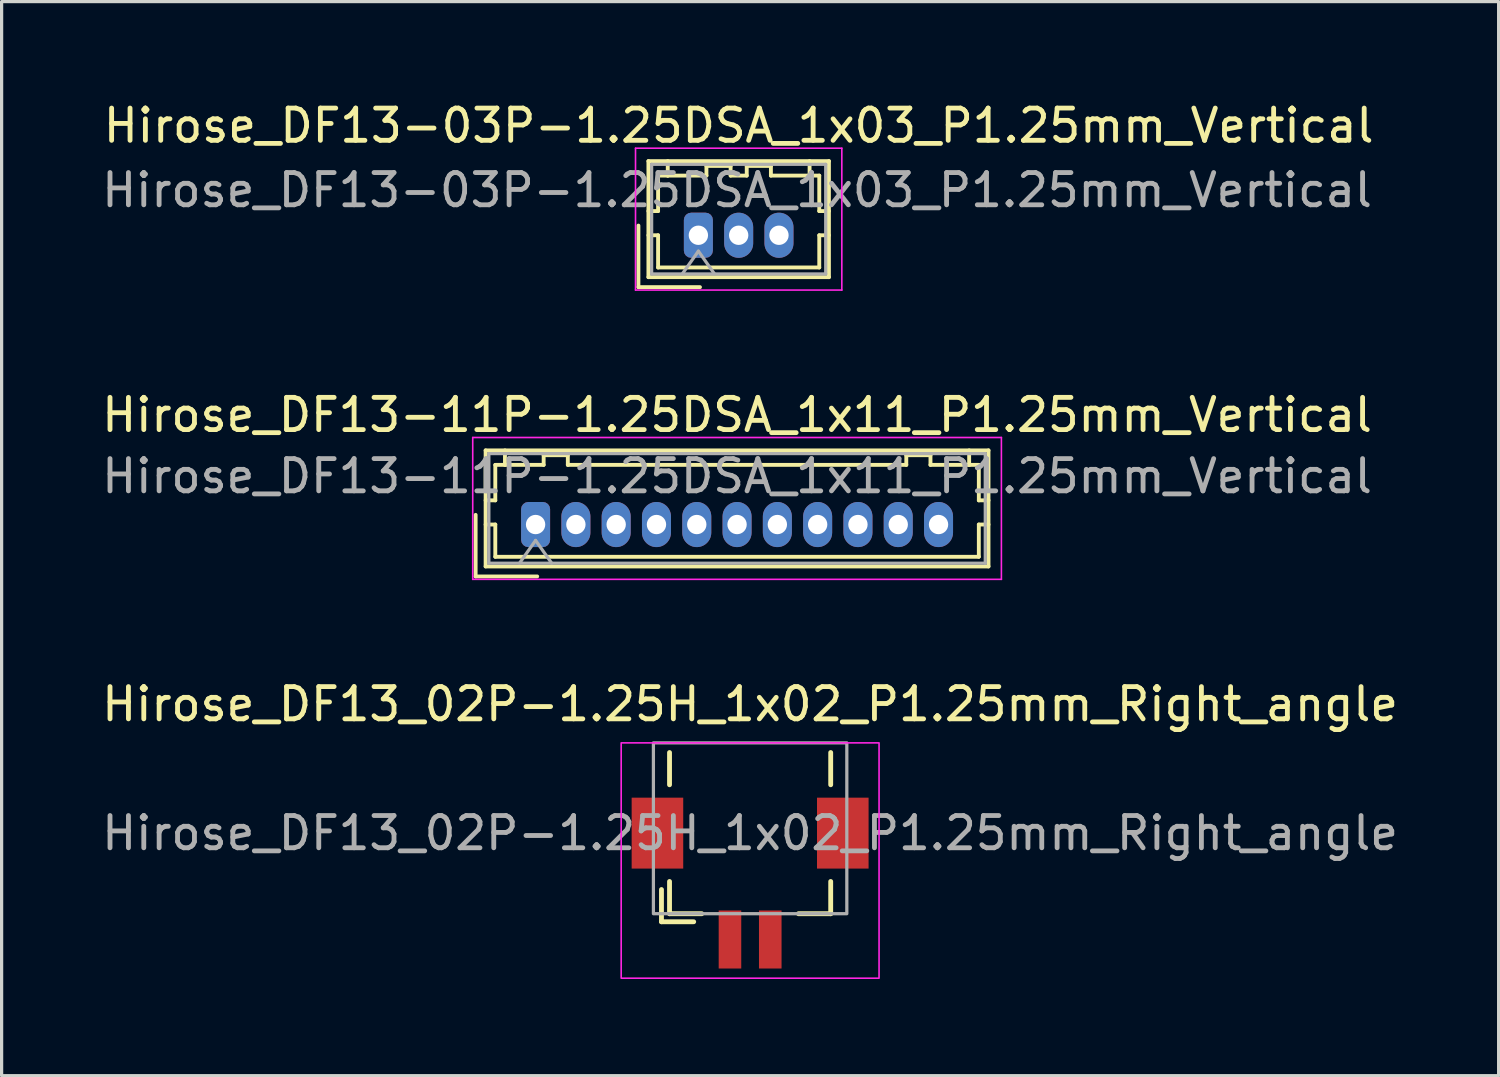
<source format=kicad_pcb>
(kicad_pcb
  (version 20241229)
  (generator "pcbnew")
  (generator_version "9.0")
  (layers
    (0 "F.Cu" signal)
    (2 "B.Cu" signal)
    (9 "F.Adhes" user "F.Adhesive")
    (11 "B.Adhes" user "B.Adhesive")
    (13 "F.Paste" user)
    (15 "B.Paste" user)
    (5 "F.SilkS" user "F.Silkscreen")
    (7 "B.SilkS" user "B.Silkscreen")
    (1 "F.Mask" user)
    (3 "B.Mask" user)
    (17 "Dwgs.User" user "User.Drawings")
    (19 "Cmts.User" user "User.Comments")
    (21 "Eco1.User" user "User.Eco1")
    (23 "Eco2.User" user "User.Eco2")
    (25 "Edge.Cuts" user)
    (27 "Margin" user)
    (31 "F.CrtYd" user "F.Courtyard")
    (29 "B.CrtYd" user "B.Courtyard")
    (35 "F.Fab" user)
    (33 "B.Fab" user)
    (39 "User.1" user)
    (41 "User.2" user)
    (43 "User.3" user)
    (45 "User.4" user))
  (footprint "Hirose_DF13_02P-1.25H_1x02_P1.25mm_Right_angle"
    (layer "F.Cu")
    (at 20.22 22.795)
    (property "Reference" "Hirose_DF13_02P-1.25H_1x02_P1.25mm_Right_angle" (at 0 -4 180) (layer "F.SilkS") (effects (font (size 1 1) (thickness 0.15))))
    (attr smd)
    (fp_line (start -2.75 2.75) (end -2.75 1.75) (stroke (width 0.15) (type solid)) (layer "F.SilkS"))
    (fp_line (start -2.5 -1.5) (end -2.5 -2.5) (stroke (width 0.15) (type solid)) (layer "F.SilkS"))
    (fp_line (start -2.5 2.5) (end -2.5 1.5) (stroke (width 0.15) (type solid)) (layer "F.SilkS"))
    (fp_line (start -1.75 2.75) (end -2.75 2.75) (stroke (width 0.15) (type solid)) (layer "F.SilkS"))
    (fp_line (start -1.5 2.5) (end -2.5 2.5) (stroke (width 0.15) (type solid)) (layer "F.SilkS"))
    (fp_line (start 1.5 2.5) (end 2.5 2.5) (stroke (width 0.15) (type solid)) (layer "F.SilkS"))
    (fp_line (start 2.5 -2.5) (end 2.5 -1.5) (stroke (width 0.15) (type solid)) (layer "F.SilkS"))
    (fp_line (start 2.5 2.5) (end 2.5 1.5) (stroke (width 0.15) (type solid)) (layer "F.SilkS"))
    (fp_rect (start -4 -2.8) (end 4 4.5) (stroke (width 0.05) (type solid)) (fill no) (layer "F.CrtYd"))
    (fp_rect (start -3 -2.8) (end 3 2.5) (stroke (width 0.1) (type solid)) (fill no) (layer "F.Fab"))
    (fp_text user "${REFERENCE}" (at 0 0 180) (layer "F.Fab") (effects (font (size 1 1) (thickness 0.15))))
    (pad "1" smd rect (at -0.625 3.3) (size 0.7 1.8) (layers "F.Cu" "F.Mask" "F.Paste"))
    (pad "2" smd rect (at 0.625 3.3) (size 0.7 1.8) (layers "F.Cu" "F.Mask" "F.Paste"))
    (pad "MP1" smd rect (at -2.875 0) (size 1.6 2.2) (layers "F.Cu" "F.Mask" "F.Paste"))
    (pad "MP2" smd rect (at 2.875 0) (size 1.6 2.2) (layers "F.Cu" "F.Mask" "F.Paste")))
  (footprint "Hirose_DF13-03P-1.25DSA_1x03_P1.25mm_Vertical"
    (layer "F.Cu")
    (at 18.615 4.248)
    (property "Reference" "Hirose_DF13-03P-1.25DSA_1x03_P1.25mm_Vertical" (at 1.25 -3.4 0) (layer "F.SilkS") (effects (font (size 1 1) (thickness 0.15))))
    (attr through_hole)
    (fp_line (start -1.86 -0.3) (end -1.86 1.61) (stroke (width 0.12) (type solid)) (layer "F.SilkS"))
    (fp_line (start -1.86 1.61) (end 0.05 1.61) (stroke (width 0.12) (type solid)) (layer "F.SilkS"))
    (fp_line (start -1.55 -2.3) (end -1.55 1.3) (stroke (width 0.12) (type solid)) (layer "F.SilkS"))
    (fp_line (start -1.55 -0.75) (end -1.25 -0.75) (stroke (width 0.12) (type solid)) (layer "F.SilkS"))
    (fp_line (start -1.55 0) (end -1.25 0) (stroke (width 0.12) (type solid)) (layer "F.SilkS"))
    (fp_line (start -1.55 1.3) (end 4.05 1.3) (stroke (width 0.12) (type solid)) (layer "F.SilkS"))
    (fp_line (start -1.25 -1.85) (end -0.95 -1.85) (stroke (width 0.12) (type solid)) (layer "F.SilkS"))
    (fp_line (start -1.25 -0.75) (end -1.25 -1.85) (stroke (width 0.12) (type solid)) (layer "F.SilkS"))
    (fp_line (start -1.25 0) (end -1.25 1) (stroke (width 0.12) (type solid)) (layer "F.SilkS"))
    (fp_line (start -1.25 1) (end 3.75 1) (stroke (width 0.12) (type solid)) (layer "F.SilkS"))
    (fp_line (start -0.95 -1.85) (end -0.95 -2.3) (stroke (width 0.12) (type solid)) (layer "F.SilkS"))
    (fp_line (start -0.95 -1.85) (end 0.25 -1.85) (stroke (width 0.12) (type solid)) (layer "F.SilkS"))
    (fp_line (start 0.25 -2.15) (end 1 -2.15) (stroke (width 0.12) (type solid)) (layer "F.SilkS"))
    (fp_line (start 0.25 -1.85) (end 0.25 -2.15) (stroke (width 0.12) (type solid)) (layer "F.SilkS"))
    (fp_line (start 1 -2.15) (end 1 -1.85) (stroke (width 0.12) (type solid)) (layer "F.SilkS"))
    (fp_line (start 1 -1.85) (end 1.5 -1.85) (stroke (width 0.12) (type solid)) (layer "F.SilkS"))
    (fp_line (start 1.5 -2.15) (end 2.25 -2.15) (stroke (width 0.12) (type solid)) (layer "F.SilkS"))
    (fp_line (start 1.5 -1.85) (end 1.5 -2.15) (stroke (width 0.12) (type solid)) (layer "F.SilkS"))
    (fp_line (start 2.25 -2.15) (end 2.25 -1.85) (stroke (width 0.12) (type solid)) (layer "F.SilkS"))
    (fp_line (start 2.25 -1.85) (end 3.45 -1.85) (stroke (width 0.12) (type solid)) (layer "F.SilkS"))
    (fp_line (start 3.45 -1.85) (end 3.45 -2.3) (stroke (width 0.12) (type solid)) (layer "F.SilkS"))
    (fp_line (start 3.75 -1.85) (end 3.45 -1.85) (stroke (width 0.12) (type solid)) (layer "F.SilkS"))
    (fp_line (start 3.75 -0.75) (end 3.75 -1.85) (stroke (width 0.12) (type solid)) (layer "F.SilkS"))
    (fp_line (start 3.75 0) (end 4.05 0) (stroke (width 0.12) (type solid)) (layer "F.SilkS"))
    (fp_line (start 3.75 1) (end 3.75 0) (stroke (width 0.12) (type solid)) (layer "F.SilkS"))
    (fp_line (start 4.05 -2.3) (end -1.55 -2.3) (stroke (width 0.12) (type solid)) (layer "F.SilkS"))
    (fp_line (start 4.05 -0.75) (end 3.75 -0.75) (stroke (width 0.12) (type solid)) (layer "F.SilkS"))
    (fp_line (start 4.05 1.3) (end 4.05 -2.3) (stroke (width 0.12) (type solid)) (layer "F.SilkS"))
    (fp_line (start -1.95 -2.7) (end -1.95 1.7) (stroke (width 0.05) (type solid)) (layer "F.CrtYd"))
    (fp_line (start -1.95 1.7) (end 4.45 1.7) (stroke (width 0.05) (type solid)) (layer "F.CrtYd"))
    (fp_line (start 4.45 -2.7) (end -1.95 -2.7) (stroke (width 0.05) (type solid)) (layer "F.CrtYd"))
    (fp_line (start 4.45 1.7) (end 4.45 -2.7) (stroke (width 0.05) (type solid)) (layer "F.CrtYd"))
    (fp_line (start -1.45 -2.2) (end -1.45 1.2) (stroke (width 0.1) (type solid)) (layer "F.Fab"))
    (fp_line (start -1.45 1.2) (end 3.95 1.2) (stroke (width 0.1) (type solid)) (layer "F.Fab"))
    (fp_line (start -0.5 1.2) (end 0 0.493) (stroke (width 0.1) (type solid)) (layer "F.Fab"))
    (fp_line (start 0 0.493) (end 0.5 1.2) (stroke (width 0.1) (type solid)) (layer "F.Fab"))
    (fp_line (start 3.95 -2.2) (end -1.45 -2.2) (stroke (width 0.1) (type solid)) (layer "F.Fab"))
    (fp_line (start 3.95 1.2) (end 3.95 -2.2) (stroke (width 0.1) (type solid)) (layer "F.Fab"))
    (fp_text user "${REFERENCE}" (at 1.2 -1.4 0) (layer "F.Fab") (effects (font (size 1 1) (thickness 0.15))))
    (pad "1" thru_hole roundrect (at 0 0) (size 0.9 1.4) (drill 0.6) (layers "*.Cu" "*.Mask") (roundrect_rratio 0.25))
    (pad "2" thru_hole oval (at 1.25 0) (size 0.9 1.4) (drill 0.6) (layers "*.Cu" "*.Mask"))
    (pad "3" thru_hole oval (at 2.5 0) (size 0.9 1.4) (drill 0.6) (layers "*.Cu" "*.Mask")))
  (footprint "Hirose_DF13-11P-1.25DSA_1x11_P1.25mm_Vertical"
    (layer "F.Cu")
    (at 13.565 13.222)
    (property "Reference" "Hirose_DF13-11P-1.25DSA_1x11_P1.25mm_Vertical" (at 6.25 -3.4 0) (layer "F.SilkS") (effects (font (size 1 1) (thickness 0.15))))
    (attr through_hole)
    (fp_line (start -1.86 -0.3) (end -1.86 1.61) (stroke (width 0.12) (type solid)) (layer "F.SilkS"))
    (fp_line (start -1.86 1.61) (end 0.05 1.61) (stroke (width 0.12) (type solid)) (layer "F.SilkS"))
    (fp_line (start -1.55 -2.3) (end -1.55 1.3) (stroke (width 0.12) (type solid)) (layer "F.SilkS"))
    (fp_line (start -1.55 -0.75) (end -1.25 -0.75) (stroke (width 0.12) (type solid)) (layer "F.SilkS"))
    (fp_line (start -1.55 0) (end -1.25 0) (stroke (width 0.12) (type solid)) (layer "F.SilkS"))
    (fp_line (start -1.55 1.3) (end 14.05 1.3) (stroke (width 0.12) (type solid)) (layer "F.SilkS"))
    (fp_line (start -1.25 -1.85) (end -0.95 -1.85) (stroke (width 0.12) (type solid)) (layer "F.SilkS"))
    (fp_line (start -1.25 -0.75) (end -1.25 -1.85) (stroke (width 0.12) (type solid)) (layer "F.SilkS"))
    (fp_line (start -1.25 0) (end -1.25 1) (stroke (width 0.12) (type solid)) (layer "F.SilkS"))
    (fp_line (start -1.25 1) (end 13.75 1) (stroke (width 0.12) (type solid)) (layer "F.SilkS"))
    (fp_line (start -0.95 -1.85) (end -0.95 -2.3) (stroke (width 0.12) (type solid)) (layer "F.SilkS"))
    (fp_line (start -0.95 -1.85) (end 0.25 -1.85) (stroke (width 0.12) (type solid)) (layer "F.SilkS"))
    (fp_line (start 0.25 -2.15) (end 1 -2.15) (stroke (width 0.12) (type solid)) (layer "F.SilkS"))
    (fp_line (start 0.25 -1.85) (end 0.25 -2.15) (stroke (width 0.12) (type solid)) (layer "F.SilkS"))
    (fp_line (start 1 -2.15) (end 1 -1.85) (stroke (width 0.12) (type solid)) (layer "F.SilkS"))
    (fp_line (start 1 -1.85) (end 11.5 -1.85) (stroke (width 0.12) (type solid)) (layer "F.SilkS"))
    (fp_line (start 11.5 -2.15) (end 12.25 -2.15) (stroke (width 0.12) (type solid)) (layer "F.SilkS"))
    (fp_line (start 11.5 -1.85) (end 11.5 -2.15) (stroke (width 0.12) (type solid)) (layer "F.SilkS"))
    (fp_line (start 12.25 -2.15) (end 12.25 -1.85) (stroke (width 0.12) (type solid)) (layer "F.SilkS"))
    (fp_line (start 12.25 -1.85) (end 13.45 -1.85) (stroke (width 0.12) (type solid)) (layer "F.SilkS"))
    (fp_line (start 13.45 -1.85) (end 13.45 -2.3) (stroke (width 0.12) (type solid)) (layer "F.SilkS"))
    (fp_line (start 13.75 -1.85) (end 13.45 -1.85) (stroke (width 0.12) (type solid)) (layer "F.SilkS"))
    (fp_line (start 13.75 -0.75) (end 13.75 -1.85) (stroke (width 0.12) (type solid)) (layer "F.SilkS"))
    (fp_line (start 13.75 0) (end 14.05 0) (stroke (width 0.12) (type solid)) (layer "F.SilkS"))
    (fp_line (start 13.75 1) (end 13.75 0) (stroke (width 0.12) (type solid)) (layer "F.SilkS"))
    (fp_line (start 14.05 -2.3) (end -1.55 -2.3) (stroke (width 0.12) (type solid)) (layer "F.SilkS"))
    (fp_line (start 14.05 -0.75) (end 13.75 -0.75) (stroke (width 0.12) (type solid)) (layer "F.SilkS"))
    (fp_line (start 14.05 1.3) (end 14.05 -2.3) (stroke (width 0.12) (type solid)) (layer "F.SilkS"))
    (fp_line (start -1.95 -2.7) (end -1.95 1.7) (stroke (width 0.05) (type solid)) (layer "F.CrtYd"))
    (fp_line (start -1.95 1.7) (end 14.45 1.7) (stroke (width 0.05) (type solid)) (layer "F.CrtYd"))
    (fp_line (start 14.45 -2.7) (end -1.95 -2.7) (stroke (width 0.05) (type solid)) (layer "F.CrtYd"))
    (fp_line (start 14.45 1.7) (end 14.45 -2.7) (stroke (width 0.05) (type solid)) (layer "F.CrtYd"))
    (fp_line (start -1.45 -2.2) (end -1.45 1.2) (stroke (width 0.1) (type solid)) (layer "F.Fab"))
    (fp_line (start -1.45 1.2) (end 13.95 1.2) (stroke (width 0.1) (type solid)) (layer "F.Fab"))
    (fp_line (start -0.5 1.2) (end 0 0.493) (stroke (width 0.1) (type solid)) (layer "F.Fab"))
    (fp_line (start 0 0.493) (end 0.5 1.2) (stroke (width 0.1) (type solid)) (layer "F.Fab"))
    (fp_line (start 13.95 -2.2) (end -1.45 -2.2) (stroke (width 0.1) (type solid)) (layer "F.Fab"))
    (fp_line (start 13.95 1.2) (end 13.95 -2.2) (stroke (width 0.1) (type solid)) (layer "F.Fab"))
    (fp_text user "${REFERENCE}" (at 6.25 -1.5 0) (layer "F.Fab") (effects (font (size 1 1) (thickness 0.15))))
    (pad "1" thru_hole roundrect (at 0 0) (size 0.9 1.4) (drill 0.6) (layers "*.Cu" "*.Mask") (roundrect_rratio 0.25))
    (pad "2" thru_hole oval (at 1.25 0) (size 0.9 1.4) (drill 0.6) (layers "*.Cu" "*.Mask"))
    (pad "3" thru_hole oval (at 2.5 0) (size 0.9 1.4) (drill 0.6) (layers "*.Cu" "*.Mask"))
    (pad "4" thru_hole oval (at 3.75 0) (size 0.9 1.4) (drill 0.6) (layers "*.Cu" "*.Mask"))
    (pad "5" thru_hole oval (at 5 0) (size 0.9 1.4) (drill 0.6) (layers "*.Cu" "*.Mask"))
    (pad "6" thru_hole oval (at 6.25 0) (size 0.9 1.4) (drill 0.6) (layers "*.Cu" "*.Mask"))
    (pad "7" thru_hole oval (at 7.5 0) (size 0.9 1.4) (drill 0.6) (layers "*.Cu" "*.Mask"))
    (pad "8" thru_hole oval (at 8.75 0) (size 0.9 1.4) (drill 0.6) (layers "*.Cu" "*.Mask"))
    (pad "9" thru_hole oval (at 10 0) (size 0.9 1.4) (drill 0.6) (layers "*.Cu" "*.Mask"))
    (pad "10" thru_hole oval (at 11.25 0) (size 0.9 1.4) (drill 0.6) (layers "*.Cu" "*.Mask"))
    (pad "11" thru_hole oval (at 12.5 0) (size 0.9 1.4) (drill 0.6) (layers "*.Cu" "*.Mask")))
  (gr_rect
    (start -3 -3)
    (end 43.44 30.32)
    (stroke (width 0.1) (type default))
    (fill no)
    (layer "Edge.Cuts")))
</source>
